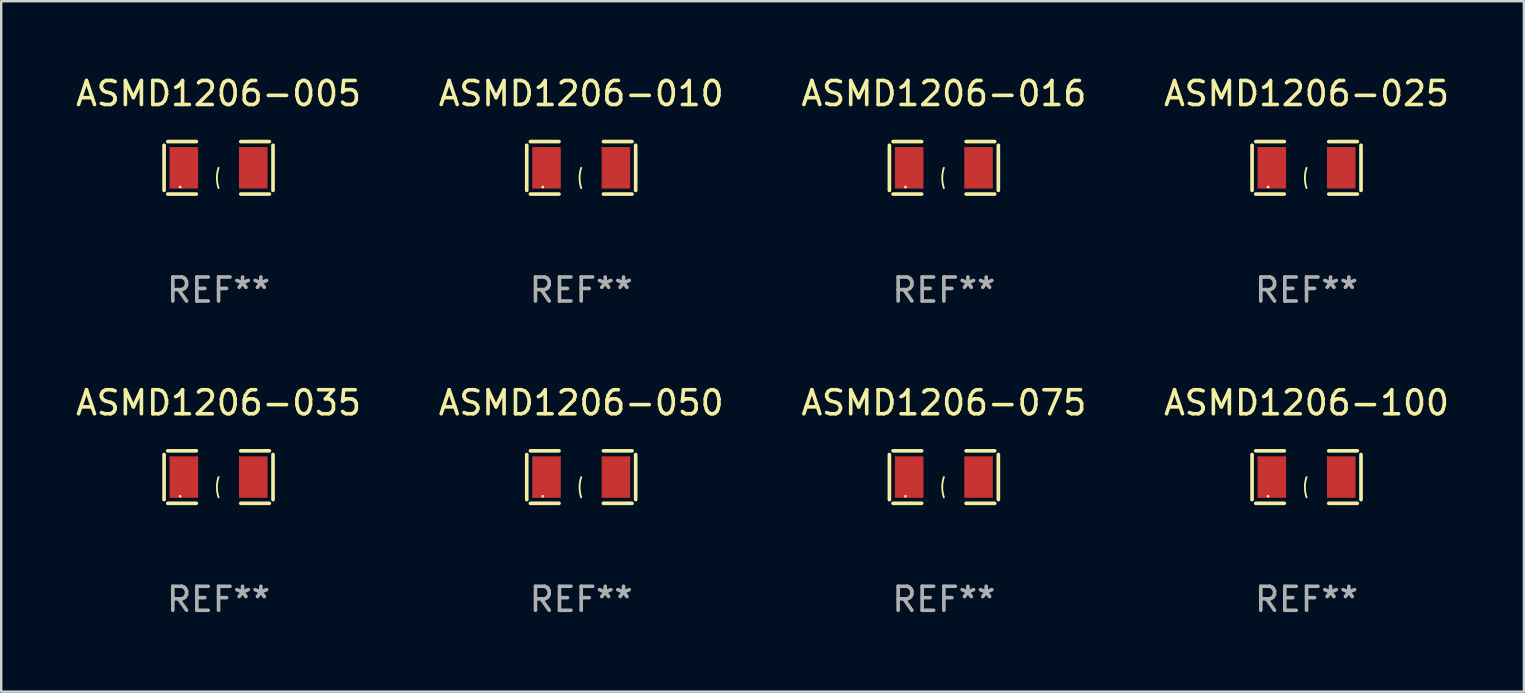
<source format=kicad_pcb>
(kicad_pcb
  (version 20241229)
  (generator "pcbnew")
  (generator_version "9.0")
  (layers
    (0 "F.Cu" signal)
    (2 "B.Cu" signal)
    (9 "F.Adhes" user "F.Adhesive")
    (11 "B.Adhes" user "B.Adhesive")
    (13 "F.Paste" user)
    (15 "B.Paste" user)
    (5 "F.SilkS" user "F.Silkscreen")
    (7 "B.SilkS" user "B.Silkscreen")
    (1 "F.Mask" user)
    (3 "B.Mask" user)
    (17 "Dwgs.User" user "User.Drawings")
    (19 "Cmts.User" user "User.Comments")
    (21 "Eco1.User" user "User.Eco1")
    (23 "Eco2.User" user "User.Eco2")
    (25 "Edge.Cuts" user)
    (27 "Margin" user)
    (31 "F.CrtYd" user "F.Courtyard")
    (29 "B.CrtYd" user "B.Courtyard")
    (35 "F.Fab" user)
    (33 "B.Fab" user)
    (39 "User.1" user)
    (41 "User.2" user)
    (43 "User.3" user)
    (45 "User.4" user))
  (footprint "ASMD1206-050"
    (layer "F.Cu")
    (at 21.161 16.823)
    (property "Reference" "ASMD1206-050" (at 0 -3.093 0) (layer "F.SilkS") (effects (font (size 1 1) (thickness 0.15))))
    (attr through_hole)
    (fp_line (start -2.269 -0.94) (end -2.269 0.94) (stroke (width 0.152) (type solid)) (layer "F.SilkS"))
    (fp_line (start -2.116 1.093) (end -0.926 1.093) (stroke (width 0.152) (type solid)) (layer "F.SilkS"))
    (fp_line (start -0.926 -1.093) (end -2.116 -1.093) (stroke (width 0.152) (type solid)) (layer "F.SilkS"))
    (fp_line (start 0.926 -1.093) (end 2.116 -1.093) (stroke (width 0.152) (type solid)) (layer "F.SilkS"))
    (fp_line (start 2.116 1.093) (end 0.926 1.093) (stroke (width 0.152) (type solid)) (layer "F.SilkS"))
    (fp_line (start 2.269 -0.94) (end 2.269 0.94) (stroke (width 0.152) (type solid)) (layer "F.SilkS"))
    (fp_arc (start 0 0.844951) (mid -0.068559 0.422475) (end 0 0) (stroke (width 0.0762) (type solid)) (layer "F.SilkS"))
    (fp_circle (center -1.6 0.8) (end -1.57 0.8) (stroke (width 0.06) (type solid)) (fill no) (layer "F.SilkS"))
    (fp_text user "REF**" (at 0 5.093 0) (layer "F.Fab") (effects (font (size 1 1) (thickness 0.15))))
    (pad "1" smd rect (at -1.445 0) (size 1.19 1.728) (layers "F.Cu" "F.Mask" "F.Paste"))
    (pad "2" smd rect (at 1.445 0) (size 1.19 1.728) (layers "F.Cu" "F.Mask" "F.Paste")))
  (footprint "ASMD1206-100"
    (layer "F.Cu")
    (at 51.375 16.823)
    (property "Reference" "ASMD1206-100" (at 0 -3.093 0) (layer "F.SilkS") (effects (font (size 1 1) (thickness 0.15))))
    (attr through_hole)
    (fp_line (start -2.269 -0.94) (end -2.269 0.94) (stroke (width 0.152) (type solid)) (layer "F.SilkS"))
    (fp_line (start -2.116 1.093) (end -0.926 1.093) (stroke (width 0.152) (type solid)) (layer "F.SilkS"))
    (fp_line (start -0.926 -1.093) (end -2.116 -1.093) (stroke (width 0.152) (type solid)) (layer "F.SilkS"))
    (fp_line (start 0.926 -1.093) (end 2.116 -1.093) (stroke (width 0.152) (type solid)) (layer "F.SilkS"))
    (fp_line (start 2.116 1.093) (end 0.926 1.093) (stroke (width 0.152) (type solid)) (layer "F.SilkS"))
    (fp_line (start 2.269 -0.94) (end 2.269 0.94) (stroke (width 0.152) (type solid)) (layer "F.SilkS"))
    (fp_arc (start 0 0.844951) (mid -0.068559 0.422475) (end 0 0) (stroke (width 0.0762) (type solid)) (layer "F.SilkS"))
    (fp_circle (center -1.6 0.8) (end -1.57 0.8) (stroke (width 0.06) (type solid)) (fill no) (layer "F.SilkS"))
    (fp_text user "REF**" (at 0 5.093 0) (layer "F.Fab") (effects (font (size 1 1) (thickness 0.15))))
    (pad "1" smd rect (at -1.445 0) (size 1.19 1.728) (layers "F.Cu" "F.Mask" "F.Paste"))
    (pad "2" smd rect (at 1.445 0) (size 1.19 1.728) (layers "F.Cu" "F.Mask" "F.Paste")))
  (footprint "ASMD1206-035"
    (layer "F.Cu")
    (at 6.054 16.823)
    (property "Reference" "ASMD1206-035" (at 0 -3.093 0) (layer "F.SilkS") (effects (font (size 1 1) (thickness 0.15))))
    (attr through_hole)
    (fp_line (start -2.269 -0.94) (end -2.269 0.94) (stroke (width 0.152) (type solid)) (layer "F.SilkS"))
    (fp_line (start -2.116 1.093) (end -0.926 1.093) (stroke (width 0.152) (type solid)) (layer "F.SilkS"))
    (fp_line (start -0.926 -1.093) (end -2.116 -1.093) (stroke (width 0.152) (type solid)) (layer "F.SilkS"))
    (fp_line (start 0.926 -1.093) (end 2.116 -1.093) (stroke (width 0.152) (type solid)) (layer "F.SilkS"))
    (fp_line (start 2.116 1.093) (end 0.926 1.093) (stroke (width 0.152) (type solid)) (layer "F.SilkS"))
    (fp_line (start 2.269 -0.94) (end 2.269 0.94) (stroke (width 0.152) (type solid)) (layer "F.SilkS"))
    (fp_arc (start 0 0.844951) (mid -0.068559 0.422475) (end 0 0) (stroke (width 0.0762) (type solid)) (layer "F.SilkS"))
    (fp_circle (center -1.6 0.8) (end -1.57 0.8) (stroke (width 0.06) (type solid)) (fill no) (layer "F.SilkS"))
    (fp_text user "REF**" (at 0 5.093 0) (layer "F.Fab") (effects (font (size 1 1) (thickness 0.15))))
    (pad "1" smd rect (at -1.445 0) (size 1.19 1.728) (layers "F.Cu" "F.Mask" "F.Paste"))
    (pad "2" smd rect (at 1.445 0) (size 1.19 1.728) (layers "F.Cu" "F.Mask" "F.Paste")))
  (footprint "ASMD1206-005"
    (layer "F.Cu")
    (at 6.054 3.941)
    (property "Reference" "ASMD1206-005" (at 0 -3.093 0) (layer "F.SilkS") (effects (font (size 1 1) (thickness 0.15))))
    (attr through_hole)
    (fp_line (start -2.269 -0.94) (end -2.269 0.94) (stroke (width 0.152) (type solid)) (layer "F.SilkS"))
    (fp_line (start -2.116 1.093) (end -0.926 1.093) (stroke (width 0.152) (type solid)) (layer "F.SilkS"))
    (fp_line (start -0.926 -1.093) (end -2.116 -1.093) (stroke (width 0.152) (type solid)) (layer "F.SilkS"))
    (fp_line (start 0.926 -1.093) (end 2.116 -1.093) (stroke (width 0.152) (type solid)) (layer "F.SilkS"))
    (fp_line (start 2.116 1.093) (end 0.926 1.093) (stroke (width 0.152) (type solid)) (layer "F.SilkS"))
    (fp_line (start 2.269 -0.94) (end 2.269 0.94) (stroke (width 0.152) (type solid)) (layer "F.SilkS"))
    (fp_arc (start 0 0.844951) (mid -0.068559 0.422475) (end 0 0) (stroke (width 0.0762) (type solid)) (layer "F.SilkS"))
    (fp_circle (center -1.6 0.8) (end -1.57 0.8) (stroke (width 0.06) (type solid)) (fill no) (layer "F.SilkS"))
    (fp_text user "REF**" (at 0 5.093 0) (layer "F.Fab") (effects (font (size 1 1) (thickness 0.15))))
    (pad "1" smd rect (at -1.445 0) (size 1.19 1.728) (layers "F.Cu" "F.Mask" "F.Paste"))
    (pad "2" smd rect (at 1.445 0) (size 1.19 1.728) (layers "F.Cu" "F.Mask" "F.Paste")))
  (footprint "ASMD1206-025"
    (layer "F.Cu")
    (at 51.375 3.941)
    (property "Reference" "ASMD1206-025" (at 0 -3.093 0) (layer "F.SilkS") (effects (font (size 1 1) (thickness 0.15))))
    (attr through_hole)
    (fp_line (start -2.269 -0.94) (end -2.269 0.94) (stroke (width 0.152) (type solid)) (layer "F.SilkS"))
    (fp_line (start -2.116 1.093) (end -0.926 1.093) (stroke (width 0.152) (type solid)) (layer "F.SilkS"))
    (fp_line (start -0.926 -1.093) (end -2.116 -1.093) (stroke (width 0.152) (type solid)) (layer "F.SilkS"))
    (fp_line (start 0.926 -1.093) (end 2.116 -1.093) (stroke (width 0.152) (type solid)) (layer "F.SilkS"))
    (fp_line (start 2.116 1.093) (end 0.926 1.093) (stroke (width 0.152) (type solid)) (layer "F.SilkS"))
    (fp_line (start 2.269 -0.94) (end 2.269 0.94) (stroke (width 0.152) (type solid)) (layer "F.SilkS"))
    (fp_arc (start 0 0.844951) (mid -0.068559 0.422475) (end 0 0) (stroke (width 0.0762) (type solid)) (layer "F.SilkS"))
    (fp_circle (center -1.6 0.8) (end -1.57 0.8) (stroke (width 0.06) (type solid)) (fill no) (layer "F.SilkS"))
    (fp_text user "REF**" (at 0 5.093 0) (layer "F.Fab") (effects (font (size 1 1) (thickness 0.15))))
    (pad "1" smd rect (at -1.445 0) (size 1.19 1.728) (layers "F.Cu" "F.Mask" "F.Paste"))
    (pad "2" smd rect (at 1.445 0) (size 1.19 1.728) (layers "F.Cu" "F.Mask" "F.Paste")))
  (footprint "ASMD1206-016"
    (layer "F.Cu")
    (at 36.268 3.941)
    (property "Reference" "ASMD1206-016" (at 0 -3.093 0) (layer "F.SilkS") (effects (font (size 1 1) (thickness 0.15))))
    (attr through_hole)
    (fp_line (start -2.269 -0.94) (end -2.269 0.94) (stroke (width 0.152) (type solid)) (layer "F.SilkS"))
    (fp_line (start -2.116 1.093) (end -0.926 1.093) (stroke (width 0.152) (type solid)) (layer "F.SilkS"))
    (fp_line (start -0.926 -1.093) (end -2.116 -1.093) (stroke (width 0.152) (type solid)) (layer "F.SilkS"))
    (fp_line (start 0.926 -1.093) (end 2.116 -1.093) (stroke (width 0.152) (type solid)) (layer "F.SilkS"))
    (fp_line (start 2.116 1.093) (end 0.926 1.093) (stroke (width 0.152) (type solid)) (layer "F.SilkS"))
    (fp_line (start 2.269 -0.94) (end 2.269 0.94) (stroke (width 0.152) (type solid)) (layer "F.SilkS"))
    (fp_arc (start 0 0.844951) (mid -0.068559 0.422475) (end 0 0) (stroke (width 0.0762) (type solid)) (layer "F.SilkS"))
    (fp_circle (center -1.6 0.8) (end -1.57 0.8) (stroke (width 0.06) (type solid)) (fill no) (layer "F.SilkS"))
    (fp_text user "REF**" (at 0 5.093 0) (layer "F.Fab") (effects (font (size 1 1) (thickness 0.15))))
    (pad "1" smd rect (at -1.445 0) (size 1.19 1.728) (layers "F.Cu" "F.Mask" "F.Paste"))
    (pad "2" smd rect (at 1.445 0) (size 1.19 1.728) (layers "F.Cu" "F.Mask" "F.Paste")))
  (footprint "ASMD1206-075"
    (layer "F.Cu")
    (at 36.268 16.823)
    (property "Reference" "ASMD1206-075" (at 0 -3.093 0) (layer "F.SilkS") (effects (font (size 1 1) (thickness 0.15))))
    (attr through_hole)
    (fp_line (start -2.269 -0.94) (end -2.269 0.94) (stroke (width 0.152) (type solid)) (layer "F.SilkS"))
    (fp_line (start -2.116 1.093) (end -0.926 1.093) (stroke (width 0.152) (type solid)) (layer "F.SilkS"))
    (fp_line (start -0.926 -1.093) (end -2.116 -1.093) (stroke (width 0.152) (type solid)) (layer "F.SilkS"))
    (fp_line (start 0.926 -1.093) (end 2.116 -1.093) (stroke (width 0.152) (type solid)) (layer "F.SilkS"))
    (fp_line (start 2.116 1.093) (end 0.926 1.093) (stroke (width 0.152) (type solid)) (layer "F.SilkS"))
    (fp_line (start 2.269 -0.94) (end 2.269 0.94) (stroke (width 0.152) (type solid)) (layer "F.SilkS"))
    (fp_arc (start 0 0.844951) (mid -0.068559 0.422475) (end 0 0) (stroke (width 0.0762) (type solid)) (layer "F.SilkS"))
    (fp_circle (center -1.6 0.8) (end -1.57 0.8) (stroke (width 0.06) (type solid)) (fill no) (layer "F.SilkS"))
    (fp_text user "REF**" (at 0 5.093 0) (layer "F.Fab") (effects (font (size 1 1) (thickness 0.15))))
    (pad "1" smd rect (at -1.445 0) (size 1.19 1.728) (layers "F.Cu" "F.Mask" "F.Paste"))
    (pad "2" smd rect (at 1.445 0) (size 1.19 1.728) (layers "F.Cu" "F.Mask" "F.Paste")))
  (footprint "ASMD1206-010"
    (layer "F.Cu")
    (at 21.161 3.941)
    (property "Reference" "ASMD1206-010" (at 0 -3.093 0) (layer "F.SilkS") (effects (font (size 1 1) (thickness 0.15))))
    (attr through_hole)
    (fp_line (start -2.269 -0.94) (end -2.269 0.94) (stroke (width 0.152) (type solid)) (layer "F.SilkS"))
    (fp_line (start -2.116 1.093) (end -0.926 1.093) (stroke (width 0.152) (type solid)) (layer "F.SilkS"))
    (fp_line (start -0.926 -1.093) (end -2.116 -1.093) (stroke (width 0.152) (type solid)) (layer "F.SilkS"))
    (fp_line (start 0.926 -1.093) (end 2.116 -1.093) (stroke (width 0.152) (type solid)) (layer "F.SilkS"))
    (fp_line (start 2.116 1.093) (end 0.926 1.093) (stroke (width 0.152) (type solid)) (layer "F.SilkS"))
    (fp_line (start 2.269 -0.94) (end 2.269 0.94) (stroke (width 0.152) (type solid)) (layer "F.SilkS"))
    (fp_arc (start 0 0.844951) (mid -0.068559 0.422475) (end 0 0) (stroke (width 0.0762) (type solid)) (layer "F.SilkS"))
    (fp_circle (center -1.6 0.8) (end -1.57 0.8) (stroke (width 0.06) (type solid)) (fill no) (layer "F.SilkS"))
    (fp_text user "REF**" (at 0 5.093 0) (layer "F.Fab") (effects (font (size 1 1) (thickness 0.15))))
    (pad "1" smd rect (at -1.445 0) (size 1.19 1.728) (layers "F.Cu" "F.Mask" "F.Paste"))
    (pad "2" smd rect (at 1.445 0) (size 1.19 1.728) (layers "F.Cu" "F.Mask" "F.Paste")))
  (gr_rect
    (start -3 -3)
    (end 60.429 25.763)
    (stroke (width 0.1) (type default))
    (fill no)
    (layer "Edge.Cuts")))
</source>
